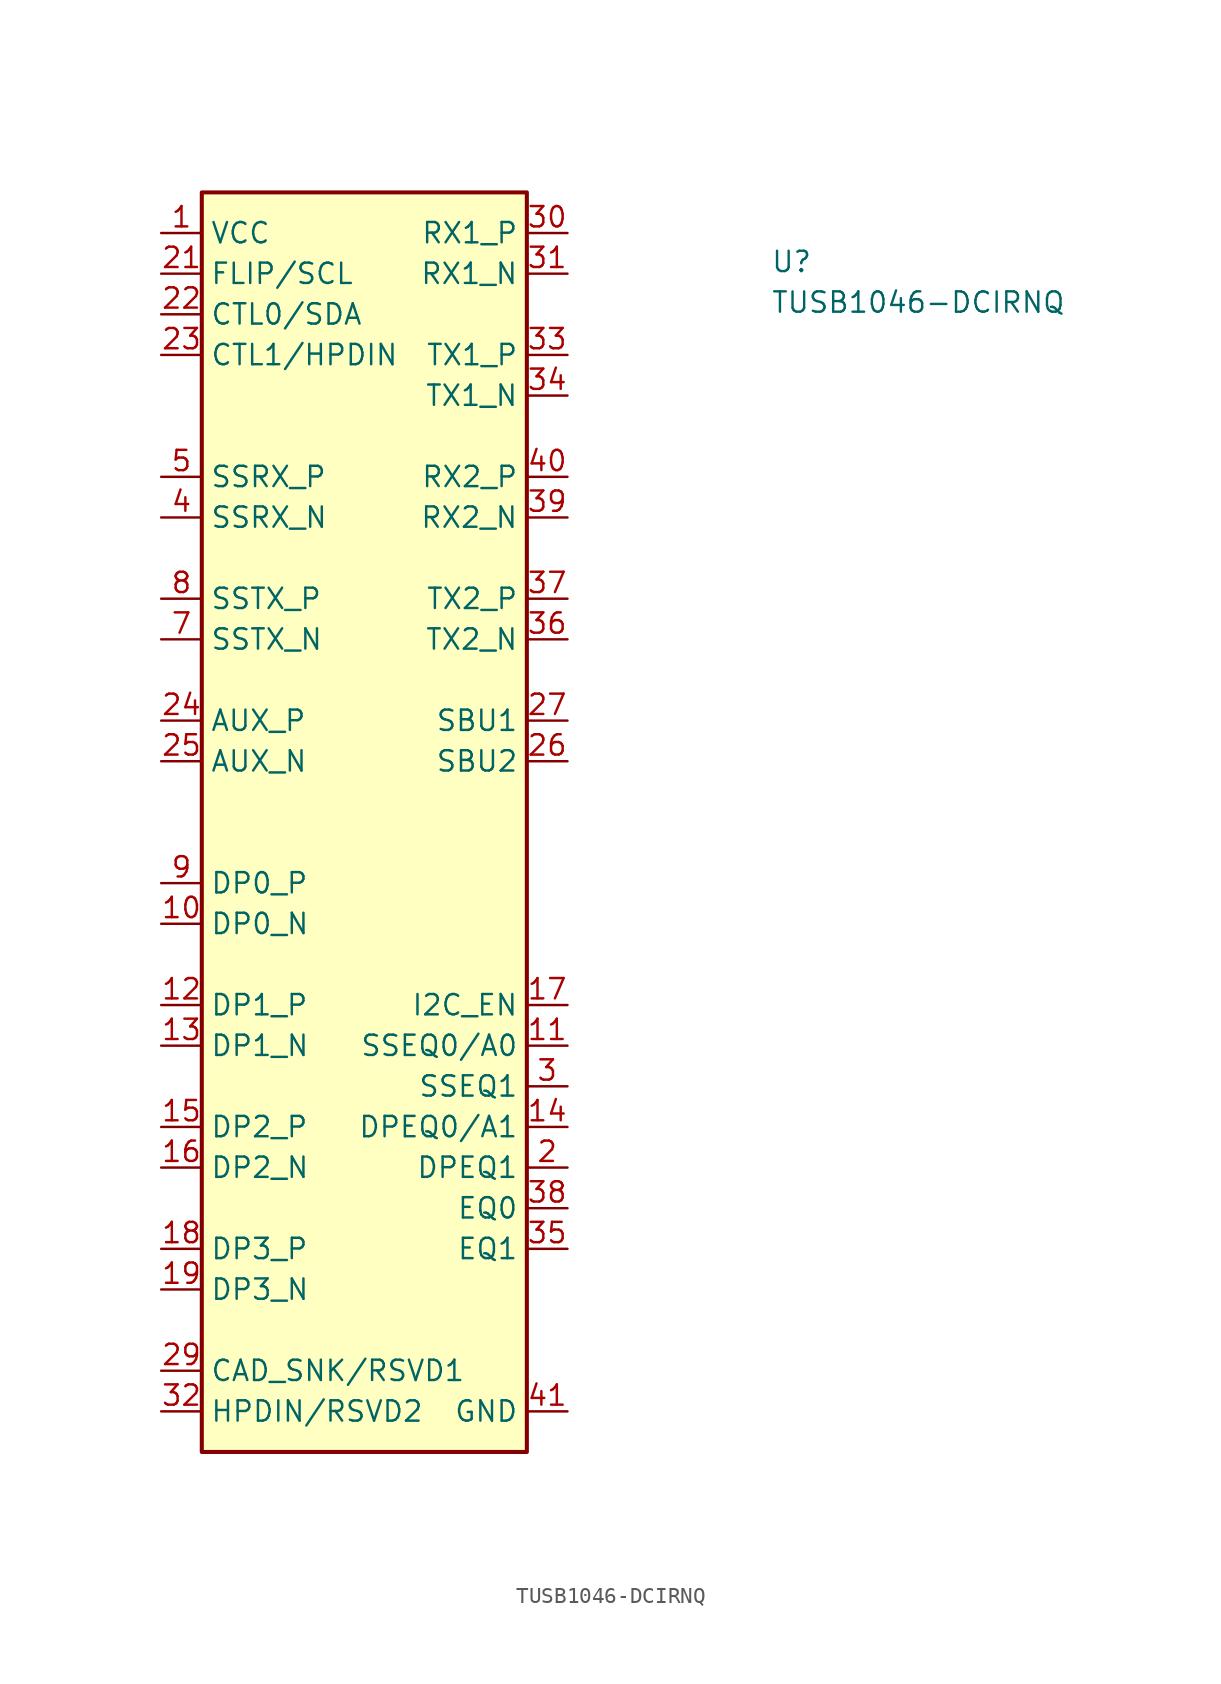
<source format=kicad_sym>
(kicad_symbol_lib
  (version 20211014)
  (generator kicad_symbol_editor)
  (symbol "TUSB1046-DCIRNQ"
    (property "Reference" "U"
      (at 38.1 -2.54 0)
      (effects (font (size 1.27 1.27) (thickness 0.15)) (justify left bottom)))
    (property "Value" "TUSB1046-DCIRNQ"
      (at 38.1 -5.08 0)
      (effects (font (size 1.27 1.27) (thickness 0.15)) (justify left bottom)))
    (symbol "TUSB1046-DCIRNQ_1_1"
      (rectangle (start 2.54 2.54) (end 22.86 -76.2) (stroke (width 0.254) (type default) (color 0 0 0 0)) (fill (type background)))
      (pin power_in line (at 0 0 0) (length 2.54) (name "VCC" (effects (font (size 1.27 1.27)))) (number "1" (effects (font (size 1.27 1.27)))))
      (pin input line (at 0 -43.18 0) (length 2.54) (name "DP0_N" (effects (font (size 1.27 1.27)))) (number "10" (effects (font (size 1.27 1.27)))))
      (pin input line (at 25.4 -50.8 180) (length 2.54) (name "SSEQ0/A0" (effects (font (size 1.27 1.27)))) (number "11" (effects (font (size 1.27 1.27)))))
      (pin input line (at 0 -48.26 0) (length 2.54) (name "DP1_P" (effects (font (size 1.27 1.27)))) (number "12" (effects (font (size 1.27 1.27)))))
      (pin input line (at 0 -50.8 0) (length 2.54) (name "DP1_N" (effects (font (size 1.27 1.27)))) (number "13" (effects (font (size 1.27 1.27)))))
      (pin input line (at 25.4 -55.88 180) (length 2.54) (name "DPEQ0/A1" (effects (font (size 1.27 1.27)))) (number "14" (effects (font (size 1.27 1.27)))))
      (pin input line (at 0 -55.88 0) (length 2.54) (name "DP2_P" (effects (font (size 1.27 1.27)))) (number "15" (effects (font (size 1.27 1.27)))))
      (pin input line (at 0 -58.42 0) (length 2.54) (name "DP2_N" (effects (font (size 1.27 1.27)))) (number "16" (effects (font (size 1.27 1.27)))))
      (pin input line (at 25.4 -48.26 180) (length 2.54) (name "I2C_EN" (effects (font (size 1.27 1.27)))) (number "17" (effects (font (size 1.27 1.27)))))
      (pin input line (at 0 -63.5 0) (length 2.54) (name "DP3_P" (effects (font (size 1.27 1.27)))) (number "18" (effects (font (size 1.27 1.27)))))
      (pin input line (at 0 -66.04 0) (length 2.54) (name "DP3_N" (effects (font (size 1.27 1.27)))) (number "19" (effects (font (size 1.27 1.27)))))
      (pin input line (at 25.4 -58.42 180) (length 2.54) (name "DPEQ1" (effects (font (size 1.27 1.27)))) (number "2" (effects (font (size 1.27 1.27)))))
      (pin passive line (at 0 0 0) (length 2.54) hide (name "VCC" (effects (font (size 1.27 1.27)))) (number "20" (effects (font (size 1.27 1.27)))))
      (pin input line (at 0 -2.54 0) (length 2.54) (name "FLIP/SCL" (effects (font (size 1.27 1.27)))) (number "21" (effects (font (size 1.27 1.27)))))
      (pin input line (at 0 -5.08 0) (length 2.54) (name "CTL0/SDA" (effects (font (size 1.27 1.27)))) (number "22" (effects (font (size 1.27 1.27)))))
      (pin input line (at 0 -7.62 0) (length 2.54) (name "CTL1/HPDIN" (effects (font (size 1.27 1.27)))) (number "23" (effects (font (size 1.27 1.27)))))
      (pin bidirectional line (at 0 -30.48 0) (length 2.54) (name "AUX_P" (effects (font (size 1.27 1.27)))) (number "24" (effects (font (size 1.27 1.27)))))
      (pin bidirectional line (at 0 -33.02 0) (length 2.54) (name "AUX_N" (effects (font (size 1.27 1.27)))) (number "25" (effects (font (size 1.27 1.27)))))
      (pin bidirectional line (at 25.4 -33.02 180) (length 2.54) (name "SBU2" (effects (font (size 1.27 1.27)))) (number "26" (effects (font (size 1.27 1.27)))))
      (pin bidirectional line (at 25.4 -30.48 180) (length 2.54) (name "SBU1" (effects (font (size 1.27 1.27)))) (number "27" (effects (font (size 1.27 1.27)))))
      (pin passive line (at 0 0 0) (length 2.54) hide (name "VCC" (effects (font (size 1.27 1.27)))) (number "28" (effects (font (size 1.27 1.27)))))
      (pin bidirectional line (at 0 -71.12 0) (length 2.54) (name "CAD_SNK/RSVD1" (effects (font (size 1.27 1.27)))) (number "29" (effects (font (size 1.27 1.27)))) (alternate "CAD_SNK" bidirectional line) (alternate "RSVD1" no_connect line))
      (pin input line (at 25.4 -53.34 180) (length 2.54) (name "SSEQ1" (effects (font (size 1.27 1.27)))) (number "3" (effects (font (size 1.27 1.27)))))
      (pin input line (at 25.4 0 180) (length 2.54) (name "RX1_P" (effects (font (size 1.27 1.27)))) (number "30" (effects (font (size 1.27 1.27)))))
      (pin input line (at 25.4 -2.54 180) (length 2.54) (name "RX1_N" (effects (font (size 1.27 1.27)))) (number "31" (effects (font (size 1.27 1.27)))))
      (pin bidirectional line (at 0 -73.66 0) (length 2.54) (name "HPDIN/RSVD2" (effects (font (size 1.27 1.27)))) (number "32" (effects (font (size 1.27 1.27)))) (alternate "HPDIN" bidirectional line) (alternate "RSVD2" no_connect line))
      (pin output line (at 25.4 -7.62 180) (length 2.54) (name "TX1_P" (effects (font (size 1.27 1.27)))) (number "33" (effects (font (size 1.27 1.27)))))
      (pin output line (at 25.4 -10.16 180) (length 2.54) (name "TX1_N" (effects (font (size 1.27 1.27)))) (number "34" (effects (font (size 1.27 1.27)))))
      (pin input line (at 25.4 -63.5 180) (length 2.54) (name "EQ1" (effects (font (size 1.27 1.27)))) (number "35" (effects (font (size 1.27 1.27)))))
      (pin output line (at 25.4 -25.4 180) (length 2.54) (name "TX2_N" (effects (font (size 1.27 1.27)))) (number "36" (effects (font (size 1.27 1.27)))))
      (pin output line (at 25.4 -22.86 180) (length 2.54) (name "TX2_P" (effects (font (size 1.27 1.27)))) (number "37" (effects (font (size 1.27 1.27)))))
      (pin input line (at 25.4 -60.96 180) (length 2.54) (name "EQ0" (effects (font (size 1.27 1.27)))) (number "38" (effects (font (size 1.27 1.27)))))
      (pin input line (at 25.4 -17.78 180) (length 2.54) (name "RX2_N" (effects (font (size 1.27 1.27)))) (number "39" (effects (font (size 1.27 1.27)))))
      (pin output line (at 0 -17.78 0) (length 2.54) (name "SSRX_N" (effects (font (size 1.27 1.27)))) (number "4" (effects (font (size 1.27 1.27)))))
      (pin input line (at 25.4 -15.24 180) (length 2.54) (name "RX2_P" (effects (font (size 1.27 1.27)))) (number "40" (effects (font (size 1.27 1.27)))))
      (pin power_in line (at 25.4 -73.66 180) (length 2.54) (name "GND" (effects (font (size 1.27 1.27)))) (number "41" (effects (font (size 1.27 1.27)))))
      (pin output line (at 0 -15.24 0) (length 2.54) (name "SSRX_P" (effects (font (size 1.27 1.27)))) (number "5" (effects (font (size 1.27 1.27)))))
      (pin passive line (at 0 0 0) (length 2.54) hide (name "VCC" (effects (font (size 1.27 1.27)))) (number "6" (effects (font (size 1.27 1.27)))))
      (pin input line (at 0 -25.4 0) (length 2.54) (name "SSTX_N" (effects (font (size 1.27 1.27)))) (number "7" (effects (font (size 1.27 1.27)))))
      (pin input line (at 0 -22.86 0) (length 2.54) (name "SSTX_P" (effects (font (size 1.27 1.27)))) (number "8" (effects (font (size 1.27 1.27)))))
      (pin input line (at 0 -40.64 0) (length 2.54) (name "DP0_P" (effects (font (size 1.27 1.27)))) (number "9" (effects (font (size 1.27 1.27))))))))
</source>
